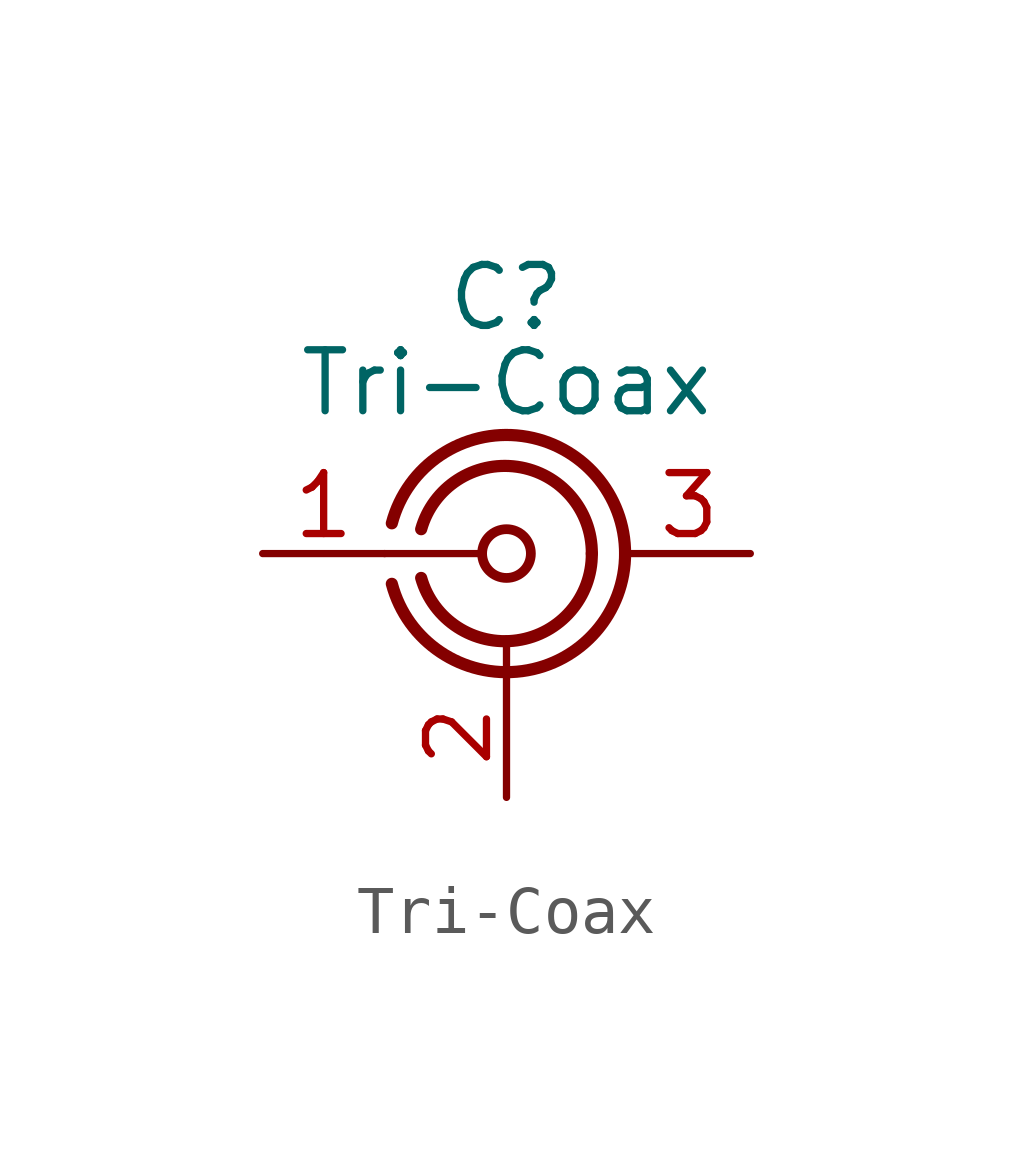
<source format=kicad_sym>
(kicad_symbol_lib
  (version 20241209)
  (generator "kicad_symbol_editor")
  (generator_version "9.0")
  (symbol "Tri-Coax"
    (pin_names
      (hide yes))
    (property "Reference" "C"
      (at 0 5.334 0)
      (effects (font (size 1.27 1.27))))
    (property "Value" "Tri-Coax"
      (at 0 3.556 0)
      (effects (font (size 1.27 1.27))))
    (symbol "Tri-Coax_0_1"
      (polyline (pts (xy -2.54 0) (xy -0.508 0)) (stroke (width 0) (type default)) (fill (type none)))
      (arc (start 1.778 0) (mid 0.222 -1.8079) (end -1.778 -0.508) (stroke (width 0.254) (type default)) (fill (type none)))
      (arc (start -1.778 0.508) (mid 0.2221 1.8084) (end 1.778 0) (stroke (width 0.254) (type default)) (fill (type none)))
      (arc (start -2.3893 0.6307) (mid 0.3269 2.4494) (end 2.471 -0.018) (stroke (width 0.254) (type default)) (fill (type none)))
      (circle (center 0 0) (radius 0.508) (stroke (width 0.203) (type default)) (fill (type none)))
      (arc (start 2.471 0.018) (mid 0.3269 -2.4493) (end -2.3893 -0.6307) (stroke (width 0.254) (type default)) (fill (type none)))
      (polyline (pts (xy 0 -2.54) (xy 0 -1.778)) (stroke (width 0) (type default)) (fill (type none))))
    (symbol "Tri-Coax_1_1"
      (pin passive line (at -5.08 0 0) (length 2.54) (name "In" (effects (font (size 1.27 1.27)))) (number "1" (effects (font (size 1.27 1.27)))))
      (pin passive line (at 0 -5.08 90) (length 2.54) (name "GUARD" (effects (font (size 1.27 1.27)))) (number "2" (effects (font (size 1.27 1.27)))))
      (pin passive line (at 5.08 0 180) (length 2.54) (name "GND" (effects (font (size 1.27 1.27)))) (number "3" (effects (font (size 1.27 1.27))))))))
</source>
